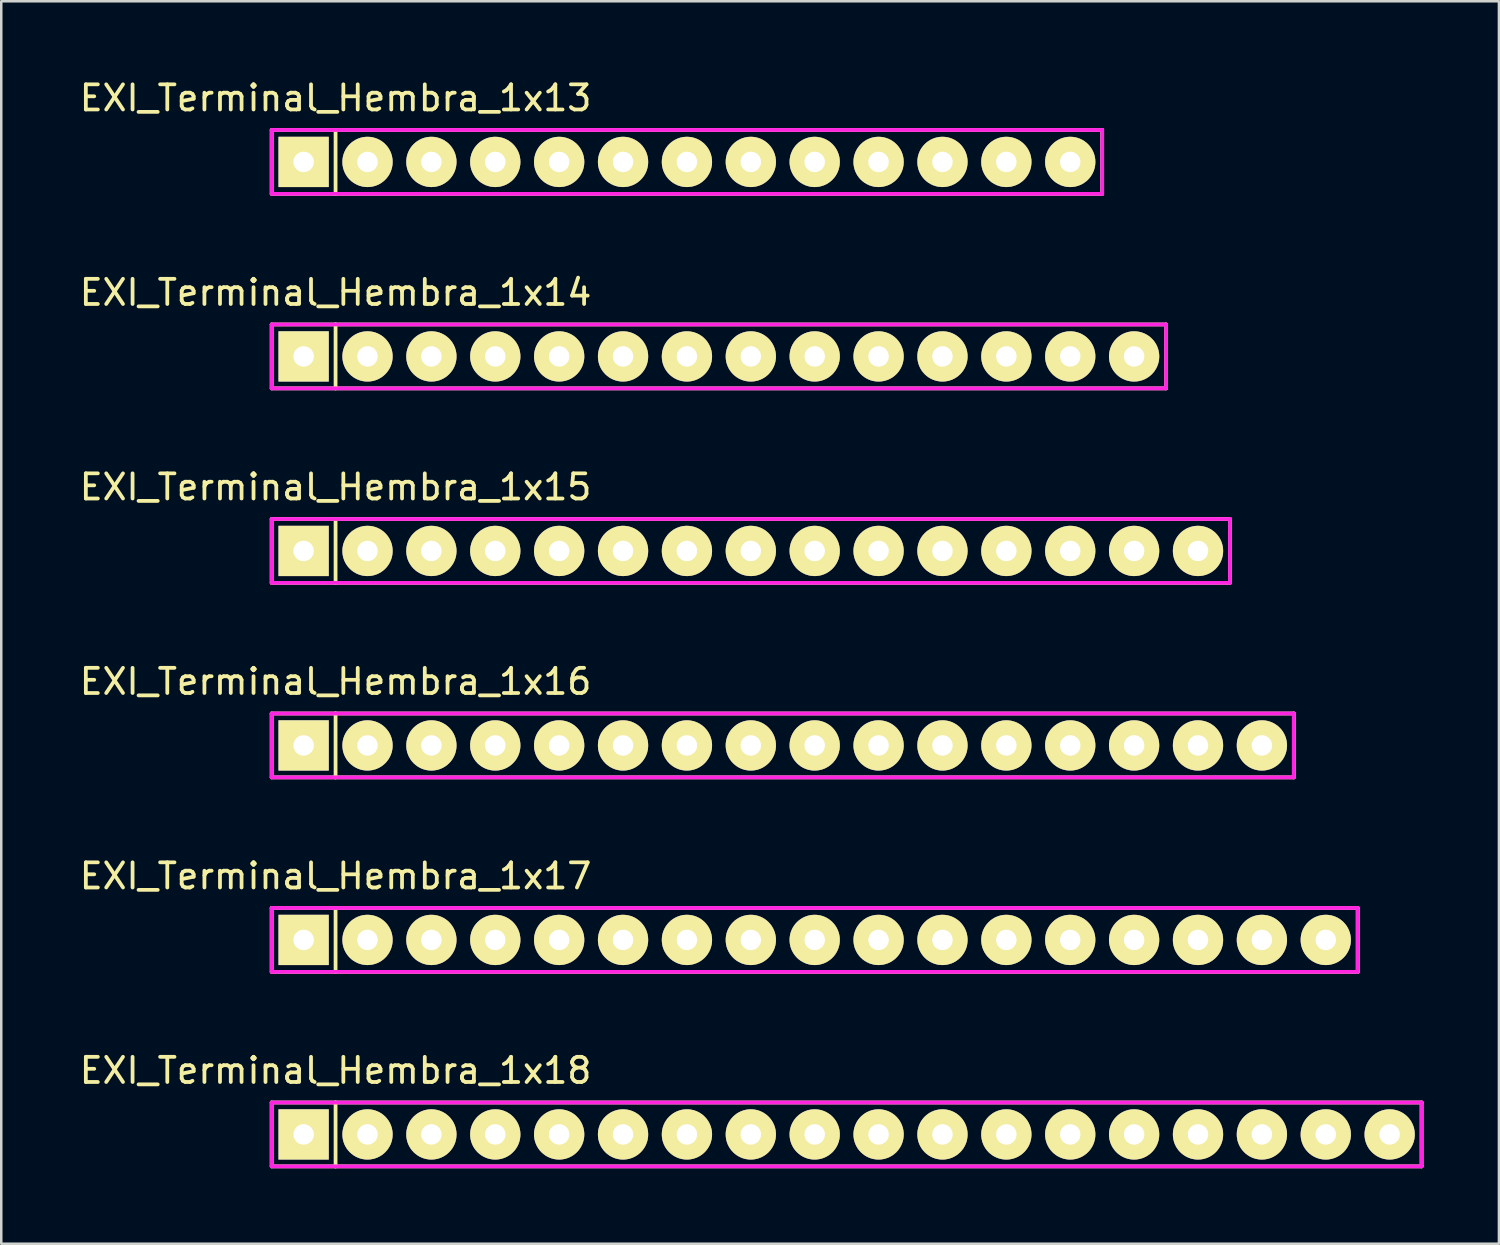
<source format=kicad_pcb>
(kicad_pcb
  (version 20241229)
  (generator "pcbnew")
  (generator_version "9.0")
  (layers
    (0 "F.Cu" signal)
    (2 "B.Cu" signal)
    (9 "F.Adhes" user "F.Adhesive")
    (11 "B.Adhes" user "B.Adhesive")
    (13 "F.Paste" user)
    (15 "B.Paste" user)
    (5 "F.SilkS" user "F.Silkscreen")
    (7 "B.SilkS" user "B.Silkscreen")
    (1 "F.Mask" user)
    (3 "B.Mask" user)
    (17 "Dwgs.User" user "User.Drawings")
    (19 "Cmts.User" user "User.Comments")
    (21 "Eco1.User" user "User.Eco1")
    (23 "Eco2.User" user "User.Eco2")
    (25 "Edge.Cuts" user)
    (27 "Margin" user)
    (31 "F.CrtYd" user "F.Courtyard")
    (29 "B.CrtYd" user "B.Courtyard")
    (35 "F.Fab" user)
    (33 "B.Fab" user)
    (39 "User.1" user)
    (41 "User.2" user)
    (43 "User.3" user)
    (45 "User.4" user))
  (footprint "EXI_Terminal_Hembra_1x18"
    (layer "F.Cu")
    (at 30.612 42.054)
    (property "Reference" "EXI_Terminal_Hembra_1x18" (at -20.32 -2.54 0) (layer "F.SilkS") (effects (font (size 1 1) (thickness 0.15))))
    (attr through_hole)
    (fp_line (start -22.86 -1.27) (end -22.86 1.27) (stroke (width 0.15) (type solid)) (layer "F.SilkS"))
    (fp_line (start -22.86 1.27) (end -20.32 1.27) (stroke (width 0.15) (type solid)) (layer "F.SilkS"))
    (fp_line (start -20.32 -1.27) (end -22.86 -1.27) (stroke (width 0.15) (type solid)) (layer "F.SilkS"))
    (fp_line (start -20.32 1.27) (end -20.32 -1.27) (stroke (width 0.15) (type solid)) (layer "F.SilkS"))
    (fp_line (start -20.32 1.27) (end 22.86 1.27) (stroke (width 0.15) (type solid)) (layer "F.SilkS"))
    (fp_line (start 22.86 -1.27) (end -20.32 -1.27) (stroke (width 0.15) (type solid)) (layer "F.SilkS"))
    (fp_line (start 22.86 -1.27) (end 22.86 1.27) (stroke (width 0.15) (type solid)) (layer "F.SilkS"))
    (fp_line (start -22.86 1.27) (end -22.86 -1.27) (stroke (width 0.15) (type solid)) (layer "F.CrtYd"))
    (fp_line (start -22.86 1.27) (end 22.86 1.27) (stroke (width 0.15) (type solid)) (layer "F.CrtYd"))
    (fp_line (start 22.86 -1.27) (end -22.86 -1.27) (stroke (width 0.15) (type solid)) (layer "F.CrtYd"))
    (fp_line (start 22.86 1.27) (end 22.86 -1.27) (stroke (width 0.15) (type solid)) (layer "F.CrtYd"))
    (pad "1" thru_hole rect (at -21.59 0) (size 1.999 1.999) (drill 0.813) (layers "*.Cu" "*.Mask" "F.SilkS"))
    (pad "2" thru_hole circle (at -19.05 0) (size 1.999 1.999) (drill 0.813) (layers "*.Cu" "*.Mask" "F.SilkS"))
    (pad "3" thru_hole circle (at -16.51 0) (size 1.999 1.999) (drill 0.813) (layers "*.Cu" "*.Mask" "F.SilkS"))
    (pad "4" thru_hole circle (at -13.97 0) (size 1.999 1.999) (drill 0.813) (layers "*.Cu" "*.Mask" "F.SilkS"))
    (pad "5" thru_hole circle (at -11.43 0) (size 1.999 1.999) (drill 0.813) (layers "*.Cu" "*.Mask" "F.SilkS"))
    (pad "6" thru_hole circle (at -8.89 0) (size 1.999 1.999) (drill 0.813) (layers "*.Cu" "*.Mask" "F.SilkS"))
    (pad "7" thru_hole circle (at -6.35 0) (size 1.999 1.999) (drill 0.813) (layers "*.Cu" "*.Mask" "F.SilkS"))
    (pad "8" thru_hole circle (at -3.81 0) (size 1.999 1.999) (drill 0.813) (layers "*.Cu" "*.Mask" "F.SilkS"))
    (pad "9" thru_hole circle (at -1.27 0) (size 1.999 1.999) (drill 0.813) (layers "*.Cu" "*.Mask" "F.SilkS"))
    (pad "10" thru_hole circle (at 1.27 0) (size 1.999 1.999) (drill 0.813) (layers "*.Cu" "*.Mask" "F.SilkS"))
    (pad "11" thru_hole circle (at 3.81 0) (size 1.999 1.999) (drill 0.813) (layers "*.Cu" "*.Mask" "F.SilkS"))
    (pad "12" thru_hole circle (at 6.35 0) (size 1.999 1.999) (drill 0.813) (layers "*.Cu" "*.Mask" "F.SilkS"))
    (pad "13" thru_hole circle (at 8.89 0) (size 1.999 1.999) (drill 0.813) (layers "*.Cu" "*.Mask" "F.SilkS"))
    (pad "14" thru_hole circle (at 11.43 0) (size 1.999 1.999) (drill 0.813) (layers "*.Cu" "*.Mask" "F.SilkS"))
    (pad "15" thru_hole circle (at 13.97 0) (size 1.999 1.999) (drill 0.813) (layers "*.Cu" "*.Mask" "F.SilkS"))
    (pad "16" thru_hole circle (at 16.51 0) (size 1.999 1.999) (drill 0.813) (layers "*.Cu" "*.Mask" "F.SilkS"))
    (pad "17" thru_hole circle (at 19.05 0) (size 1.999 1.999) (drill 0.813) (layers "*.Cu" "*.Mask" "F.SilkS"))
    (pad "18" thru_hole circle (at 21.59 0) (size 1.999 1.999) (drill 0.813) (layers "*.Cu" "*.Mask" "F.SilkS")))
  (footprint "EXI_Terminal_Hembra_1x17"
    (layer "F.Cu")
    (at 29.342 34.321)
    (property "Reference" "EXI_Terminal_Hembra_1x17" (at -19.05 -2.54 0) (layer "F.SilkS") (effects (font (size 1 1) (thickness 0.15))))
    (attr through_hole)
    (fp_line (start -21.59 -1.27) (end -21.59 1.27) (stroke (width 0.15) (type solid)) (layer "F.SilkS"))
    (fp_line (start -21.59 1.27) (end -19.05 1.27) (stroke (width 0.15) (type solid)) (layer "F.SilkS"))
    (fp_line (start -19.05 -1.27) (end -21.59 -1.27) (stroke (width 0.15) (type solid)) (layer "F.SilkS"))
    (fp_line (start -19.05 1.27) (end -19.05 -1.27) (stroke (width 0.15) (type solid)) (layer "F.SilkS"))
    (fp_line (start -19.05 1.27) (end 21.59 1.27) (stroke (width 0.15) (type solid)) (layer "F.SilkS"))
    (fp_line (start 21.59 -1.27) (end -19.05 -1.27) (stroke (width 0.15) (type solid)) (layer "F.SilkS"))
    (fp_line (start 21.59 -1.27) (end 21.59 1.27) (stroke (width 0.15) (type solid)) (layer "F.SilkS"))
    (fp_line (start -21.59 -1.27) (end 21.59 -1.27) (stroke (width 0.15) (type solid)) (layer "F.CrtYd"))
    (fp_line (start -21.59 1.27) (end -21.59 -1.27) (stroke (width 0.15) (type solid)) (layer "F.CrtYd"))
    (fp_line (start -21.59 1.27) (end 21.59 1.27) (stroke (width 0.15) (type solid)) (layer "F.CrtYd"))
    (fp_line (start 21.59 1.27) (end 21.59 -1.27) (stroke (width 0.15) (type solid)) (layer "F.CrtYd"))
    (pad "1" thru_hole rect (at -20.32 0) (size 1.999 1.999) (drill 0.813) (layers "*.Cu" "*.Mask" "F.SilkS"))
    (pad "2" thru_hole circle (at -17.78 0) (size 1.999 1.999) (drill 0.813) (layers "*.Cu" "*.Mask" "F.SilkS"))
    (pad "3" thru_hole circle (at -15.24 0) (size 1.999 1.999) (drill 0.813) (layers "*.Cu" "*.Mask" "F.SilkS"))
    (pad "4" thru_hole circle (at -12.7 0) (size 1.999 1.999) (drill 0.813) (layers "*.Cu" "*.Mask" "F.SilkS"))
    (pad "5" thru_hole circle (at -10.16 0) (size 1.999 1.999) (drill 0.813) (layers "*.Cu" "*.Mask" "F.SilkS"))
    (pad "6" thru_hole circle (at -7.62 0) (size 1.999 1.999) (drill 0.813) (layers "*.Cu" "*.Mask" "F.SilkS"))
    (pad "7" thru_hole circle (at -5.08 0) (size 1.999 1.999) (drill 0.813) (layers "*.Cu" "*.Mask" "F.SilkS"))
    (pad "8" thru_hole circle (at -2.54 0) (size 1.999 1.999) (drill 0.813) (layers "*.Cu" "*.Mask" "F.SilkS"))
    (pad "9" thru_hole circle (at 0 0) (size 1.999 1.999) (drill 0.813) (layers "*.Cu" "*.Mask" "F.SilkS"))
    (pad "10" thru_hole circle (at 2.54 0) (size 1.999 1.999) (drill 0.813) (layers "*.Cu" "*.Mask" "F.SilkS"))
    (pad "11" thru_hole circle (at 5.08 0) (size 1.999 1.999) (drill 0.813) (layers "*.Cu" "*.Mask" "F.SilkS"))
    (pad "12" thru_hole circle (at 7.62 0) (size 1.999 1.999) (drill 0.813) (layers "*.Cu" "*.Mask" "F.SilkS"))
    (pad "13" thru_hole circle (at 10.16 0) (size 1.999 1.999) (drill 0.813) (layers "*.Cu" "*.Mask" "F.SilkS"))
    (pad "14" thru_hole circle (at 12.7 0) (size 1.999 1.999) (drill 0.813) (layers "*.Cu" "*.Mask" "F.SilkS"))
    (pad "15" thru_hole circle (at 15.24 0) (size 1.999 1.999) (drill 0.813) (layers "*.Cu" "*.Mask" "F.SilkS"))
    (pad "16" thru_hole circle (at 17.78 0) (size 1.999 1.999) (drill 0.813) (layers "*.Cu" "*.Mask" "F.SilkS"))
    (pad "17" thru_hole circle (at 20.32 0) (size 1.999 1.999) (drill 0.813) (layers "*.Cu" "*.Mask" "F.SilkS")))
  (footprint "EXI_Terminal_Hembra_1x16"
    (layer "F.Cu")
    (at 28.072 26.588)
    (property "Reference" "EXI_Terminal_Hembra_1x16" (at -17.78 -2.54 0) (layer "F.SilkS") (effects (font (size 1 1) (thickness 0.15))))
    (attr through_hole)
    (fp_line (start -20.32 -1.27) (end -20.32 1.27) (stroke (width 0.15) (type solid)) (layer "F.SilkS"))
    (fp_line (start -20.32 1.27) (end -17.78 1.27) (stroke (width 0.15) (type solid)) (layer "F.SilkS"))
    (fp_line (start -17.78 -1.27) (end -20.32 -1.27) (stroke (width 0.15) (type solid)) (layer "F.SilkS"))
    (fp_line (start -17.78 -1.27) (end 20.32 -1.27) (stroke (width 0.15) (type solid)) (layer "F.SilkS"))
    (fp_line (start -17.78 1.27) (end -17.78 -1.27) (stroke (width 0.15) (type solid)) (layer "F.SilkS"))
    (fp_line (start 20.32 -1.27) (end 20.32 1.27) (stroke (width 0.15) (type solid)) (layer "F.SilkS"))
    (fp_line (start 20.32 1.27) (end -17.78 1.27) (stroke (width 0.15) (type solid)) (layer "F.SilkS"))
    (fp_line (start -20.32 -1.27) (end 20.32 -1.27) (stroke (width 0.15) (type solid)) (layer "F.CrtYd"))
    (fp_line (start -20.32 1.27) (end -20.32 -1.27) (stroke (width 0.15) (type solid)) (layer "F.CrtYd"))
    (fp_line (start -20.32 1.27) (end 20.32 1.27) (stroke (width 0.15) (type solid)) (layer "F.CrtYd"))
    (fp_line (start 20.32 1.27) (end 20.32 -1.27) (stroke (width 0.15) (type solid)) (layer "F.CrtYd"))
    (pad "1" thru_hole rect (at -19.05 0) (size 1.999 1.999) (drill 0.813) (layers "*.Cu" "*.Mask" "F.SilkS"))
    (pad "2" thru_hole circle (at -16.51 0) (size 1.999 1.999) (drill 0.813) (layers "*.Cu" "*.Mask" "F.SilkS"))
    (pad "3" thru_hole circle (at -13.97 0) (size 1.999 1.999) (drill 0.813) (layers "*.Cu" "*.Mask" "F.SilkS"))
    (pad "4" thru_hole circle (at -11.43 0) (size 1.999 1.999) (drill 0.813) (layers "*.Cu" "*.Mask" "F.SilkS"))
    (pad "5" thru_hole circle (at -8.89 0) (size 1.999 1.999) (drill 0.813) (layers "*.Cu" "*.Mask" "F.SilkS"))
    (pad "6" thru_hole circle (at -6.35 0) (size 1.999 1.999) (drill 0.813) (layers "*.Cu" "*.Mask" "F.SilkS"))
    (pad "7" thru_hole circle (at -3.81 0) (size 1.999 1.999) (drill 0.813) (layers "*.Cu" "*.Mask" "F.SilkS"))
    (pad "8" thru_hole circle (at -1.27 0) (size 1.999 1.999) (drill 0.813) (layers "*.Cu" "*.Mask" "F.SilkS"))
    (pad "9" thru_hole circle (at 1.27 0) (size 1.999 1.999) (drill 0.813) (layers "*.Cu" "*.Mask" "F.SilkS"))
    (pad "10" thru_hole circle (at 3.81 0) (size 1.999 1.999) (drill 0.813) (layers "*.Cu" "*.Mask" "F.SilkS"))
    (pad "11" thru_hole circle (at 6.35 0) (size 1.999 1.999) (drill 0.813) (layers "*.Cu" "*.Mask" "F.SilkS"))
    (pad "12" thru_hole circle (at 8.89 0) (size 1.999 1.999) (drill 0.813) (layers "*.Cu" "*.Mask" "F.SilkS"))
    (pad "13" thru_hole circle (at 11.43 0) (size 1.999 1.999) (drill 0.813) (layers "*.Cu" "*.Mask" "F.SilkS"))
    (pad "14" thru_hole circle (at 13.97 0) (size 1.999 1.999) (drill 0.813) (layers "*.Cu" "*.Mask" "F.SilkS"))
    (pad "15" thru_hole circle (at 16.51 0) (size 1.999 1.999) (drill 0.813) (layers "*.Cu" "*.Mask" "F.SilkS"))
    (pad "16" thru_hole circle (at 19.05 0) (size 1.999 1.999) (drill 0.813) (layers "*.Cu" "*.Mask" "F.SilkS")))
  (footprint "EXI_Terminal_Hembra_1x14"
    (layer "F.Cu")
    (at 25.532 11.121)
    (property "Reference" "EXI_Terminal_Hembra_1x14" (at -15.24 -2.54 0) (layer "F.SilkS") (effects (font (size 1 1) (thickness 0.15))))
    (attr through_hole)
    (fp_line (start -17.78 -1.27) (end -17.78 1.27) (stroke (width 0.15) (type solid)) (layer "F.SilkS"))
    (fp_line (start -17.78 1.27) (end -15.24 1.27) (stroke (width 0.15) (type solid)) (layer "F.SilkS"))
    (fp_line (start -15.24 -1.27) (end -17.78 -1.27) (stroke (width 0.15) (type solid)) (layer "F.SilkS"))
    (fp_line (start -15.24 -1.27) (end 17.78 -1.27) (stroke (width 0.15) (type solid)) (layer "F.SilkS"))
    (fp_line (start -15.24 1.27) (end -15.24 -1.27) (stroke (width 0.15) (type solid)) (layer "F.SilkS"))
    (fp_line (start -15.24 1.27) (end 17.78 1.27) (stroke (width 0.15) (type solid)) (layer "F.SilkS"))
    (fp_line (start 17.78 -1.27) (end 17.78 1.27) (stroke (width 0.15) (type solid)) (layer "F.SilkS"))
    (fp_line (start -17.78 1.27) (end -17.78 -1.27) (stroke (width 0.15) (type solid)) (layer "F.CrtYd"))
    (fp_line (start -17.78 1.27) (end 17.78 1.27) (stroke (width 0.15) (type solid)) (layer "F.CrtYd"))
    (fp_line (start 17.78 -1.27) (end -17.78 -1.27) (stroke (width 0.15) (type solid)) (layer "F.CrtYd"))
    (fp_line (start 17.78 1.27) (end 17.78 -1.27) (stroke (width 0.15) (type solid)) (layer "F.CrtYd"))
    (pad "1" thru_hole rect (at -16.51 0) (size 1.999 1.999) (drill 0.813) (layers "*.Cu" "*.Mask" "F.SilkS"))
    (pad "2" thru_hole circle (at -13.97 0) (size 1.999 1.999) (drill 0.813) (layers "*.Cu" "*.Mask" "F.SilkS"))
    (pad "3" thru_hole circle (at -11.43 0) (size 1.999 1.999) (drill 0.813) (layers "*.Cu" "*.Mask" "F.SilkS"))
    (pad "4" thru_hole circle (at -8.89 0) (size 1.999 1.999) (drill 0.813) (layers "*.Cu" "*.Mask" "F.SilkS"))
    (pad "5" thru_hole circle (at -6.35 0) (size 1.999 1.999) (drill 0.813) (layers "*.Cu" "*.Mask" "F.SilkS"))
    (pad "6" thru_hole circle (at -3.81 0) (size 1.999 1.999) (drill 0.813) (layers "*.Cu" "*.Mask" "F.SilkS"))
    (pad "7" thru_hole circle (at -1.27 0) (size 1.999 1.999) (drill 0.813) (layers "*.Cu" "*.Mask" "F.SilkS"))
    (pad "8" thru_hole circle (at 1.27 0) (size 1.999 1.999) (drill 0.813) (layers "*.Cu" "*.Mask" "F.SilkS"))
    (pad "9" thru_hole circle (at 3.81 0) (size 1.999 1.999) (drill 0.813) (layers "*.Cu" "*.Mask" "F.SilkS"))
    (pad "10" thru_hole circle (at 6.35 0) (size 1.999 1.999) (drill 0.813) (layers "*.Cu" "*.Mask" "F.SilkS"))
    (pad "11" thru_hole circle (at 8.89 0) (size 1.999 1.999) (drill 0.813) (layers "*.Cu" "*.Mask" "F.SilkS"))
    (pad "12" thru_hole circle (at 11.43 0) (size 1.999 1.999) (drill 0.813) (layers "*.Cu" "*.Mask" "F.SilkS"))
    (pad "13" thru_hole circle (at 13.97 0) (size 1.999 1.999) (drill 0.813) (layers "*.Cu" "*.Mask" "F.SilkS"))
    (pad "14" thru_hole circle (at 16.51 0) (size 1.999 1.999) (drill 0.813) (layers "*.Cu" "*.Mask" "F.SilkS")))
  (footprint "EXI_Terminal_Hembra_1x13"
    (layer "F.Cu")
    (at 24.262 3.388)
    (property "Reference" "EXI_Terminal_Hembra_1x13" (at -13.97 -2.54 0) (layer "F.SilkS") (effects (font (size 1 1) (thickness 0.15))))
    (attr through_hole)
    (fp_line (start -16.51 -1.27) (end -16.51 1.27) (stroke (width 0.15) (type solid)) (layer "F.SilkS"))
    (fp_line (start -16.51 1.27) (end -13.97 1.27) (stroke (width 0.15) (type solid)) (layer "F.SilkS"))
    (fp_line (start -13.97 -1.27) (end -16.51 -1.27) (stroke (width 0.15) (type solid)) (layer "F.SilkS"))
    (fp_line (start -13.97 -1.27) (end 16.51 -1.27) (stroke (width 0.15) (type solid)) (layer "F.SilkS"))
    (fp_line (start -13.97 1.27) (end -13.97 -1.27) (stroke (width 0.15) (type solid)) (layer "F.SilkS"))
    (fp_line (start -13.97 1.27) (end 16.51 1.27) (stroke (width 0.15) (type solid)) (layer "F.SilkS"))
    (fp_line (start 16.51 -1.27) (end 16.51 1.27) (stroke (width 0.15) (type solid)) (layer "F.SilkS"))
    (fp_line (start -16.51 1.27) (end -16.51 -1.27) (stroke (width 0.15) (type solid)) (layer "F.CrtYd"))
    (fp_line (start -16.51 1.27) (end 16.51 1.27) (stroke (width 0.15) (type solid)) (layer "F.CrtYd"))
    (fp_line (start 16.51 -1.27) (end -16.51 -1.27) (stroke (width 0.15) (type solid)) (layer "F.CrtYd"))
    (fp_line (start 16.51 1.27) (end 16.51 -1.27) (stroke (width 0.15) (type solid)) (layer "F.CrtYd"))
    (pad "1" thru_hole rect (at -15.24 0) (size 1.999 1.999) (drill 0.813) (layers "*.Cu" "*.Mask" "F.SilkS"))
    (pad "2" thru_hole circle (at -12.7 0) (size 1.999 1.999) (drill 0.813) (layers "*.Cu" "*.Mask" "F.SilkS"))
    (pad "3" thru_hole circle (at -10.16 0) (size 1.999 1.999) (drill 0.813) (layers "*.Cu" "*.Mask" "F.SilkS"))
    (pad "4" thru_hole circle (at -7.62 0) (size 1.999 1.999) (drill 0.813) (layers "*.Cu" "*.Mask" "F.SilkS"))
    (pad "5" thru_hole circle (at -5.08 0) (size 1.999 1.999) (drill 0.813) (layers "*.Cu" "*.Mask" "F.SilkS"))
    (pad "6" thru_hole circle (at -2.54 0) (size 1.999 1.999) (drill 0.813) (layers "*.Cu" "*.Mask" "F.SilkS"))
    (pad "7" thru_hole circle (at 0 0) (size 1.999 1.999) (drill 0.813) (layers "*.Cu" "*.Mask" "F.SilkS"))
    (pad "8" thru_hole circle (at 2.54 0) (size 1.999 1.999) (drill 0.813) (layers "*.Cu" "*.Mask" "F.SilkS"))
    (pad "9" thru_hole circle (at 5.08 0) (size 1.999 1.999) (drill 0.813) (layers "*.Cu" "*.Mask" "F.SilkS"))
    (pad "10" thru_hole circle (at 7.62 0) (size 1.999 1.999) (drill 0.813) (layers "*.Cu" "*.Mask" "F.SilkS"))
    (pad "11" thru_hole circle (at 10.16 0) (size 1.999 1.999) (drill 0.813) (layers "*.Cu" "*.Mask" "F.SilkS"))
    (pad "12" thru_hole circle (at 12.7 0) (size 1.999 1.999) (drill 0.813) (layers "*.Cu" "*.Mask" "F.SilkS"))
    (pad "13" thru_hole circle (at 15.24 0) (size 1.999 1.999) (drill 0.813) (layers "*.Cu" "*.Mask" "F.SilkS")))
  (footprint "EXI_Terminal_Hembra_1x15"
    (layer "F.Cu")
    (at 26.802 18.855)
    (property "Reference" "EXI_Terminal_Hembra_1x15" (at -16.51 -2.54 0) (layer "F.SilkS") (effects (font (size 1 1) (thickness 0.15))))
    (attr through_hole)
    (fp_line (start -19.05 -1.27) (end -19.05 1.27) (stroke (width 0.15) (type solid)) (layer "F.SilkS"))
    (fp_line (start -19.05 1.27) (end -16.51 1.27) (stroke (width 0.15) (type solid)) (layer "F.SilkS"))
    (fp_line (start -16.51 -1.27) (end -19.05 -1.27) (stroke (width 0.15) (type solid)) (layer "F.SilkS"))
    (fp_line (start -16.51 -1.27) (end 19.05 -1.27) (stroke (width 0.15) (type solid)) (layer "F.SilkS"))
    (fp_line (start -16.51 1.27) (end -16.51 -1.27) (stroke (width 0.15) (type solid)) (layer "F.SilkS"))
    (fp_line (start -16.51 1.27) (end 19.05 1.27) (stroke (width 0.15) (type solid)) (layer "F.SilkS"))
    (fp_line (start 19.05 -1.27) (end 19.05 1.27) (stroke (width 0.15) (type solid)) (layer "F.SilkS"))
    (fp_line (start -19.05 1.27) (end -19.05 -1.27) (stroke (width 0.15) (type solid)) (layer "F.CrtYd"))
    (fp_line (start -19.05 1.27) (end 19.05 1.27) (stroke (width 0.15) (type solid)) (layer "F.CrtYd"))
    (fp_line (start 19.05 -1.27) (end -19.05 -1.27) (stroke (width 0.15) (type solid)) (layer "F.CrtYd"))
    (fp_line (start 19.05 1.27) (end 19.05 -1.27) (stroke (width 0.15) (type solid)) (layer "F.CrtYd"))
    (pad "1" thru_hole rect (at -17.78 0) (size 1.999 1.999) (drill 0.813) (layers "*.Cu" "*.Mask" "F.SilkS"))
    (pad "2" thru_hole circle (at -15.24 0) (size 1.999 1.999) (drill 0.813) (layers "*.Cu" "*.Mask" "F.SilkS"))
    (pad "3" thru_hole circle (at -12.7 0) (size 1.999 1.999) (drill 0.813) (layers "*.Cu" "*.Mask" "F.SilkS"))
    (pad "4" thru_hole circle (at -10.16 0) (size 1.999 1.999) (drill 0.813) (layers "*.Cu" "*.Mask" "F.SilkS"))
    (pad "5" thru_hole circle (at -7.62 0) (size 1.999 1.999) (drill 0.813) (layers "*.Cu" "*.Mask" "F.SilkS"))
    (pad "6" thru_hole circle (at -5.08 0) (size 1.999 1.999) (drill 0.813) (layers "*.Cu" "*.Mask" "F.SilkS"))
    (pad "7" thru_hole circle (at -2.54 0) (size 1.999 1.999) (drill 0.813) (layers "*.Cu" "*.Mask" "F.SilkS"))
    (pad "8" thru_hole circle (at 0 0) (size 1.999 1.999) (drill 0.813) (layers "*.Cu" "*.Mask" "F.SilkS"))
    (pad "9" thru_hole circle (at 2.54 0) (size 1.999 1.999) (drill 0.813) (layers "*.Cu" "*.Mask" "F.SilkS"))
    (pad "10" thru_hole circle (at 5.08 0) (size 1.999 1.999) (drill 0.813) (layers "*.Cu" "*.Mask" "F.SilkS"))
    (pad "11" thru_hole circle (at 7.62 0) (size 1.999 1.999) (drill 0.813) (layers "*.Cu" "*.Mask" "F.SilkS"))
    (pad "12" thru_hole circle (at 10.16 0) (size 1.999 1.999) (drill 0.813) (layers "*.Cu" "*.Mask" "F.SilkS"))
    (pad "13" thru_hole circle (at 12.7 0) (size 1.999 1.999) (drill 0.813) (layers "*.Cu" "*.Mask" "F.SilkS"))
    (pad "14" thru_hole circle (at 15.24 0) (size 1.999 1.999) (drill 0.813) (layers "*.Cu" "*.Mask" "F.SilkS"))
    (pad "15" thru_hole circle (at 17.78 0) (size 1.999 1.999) (drill 0.813) (layers "*.Cu" "*.Mask" "F.SilkS")))
  (gr_rect
    (start -3 -3)
    (end 56.547 46.4)
    (stroke (width 0.1) (type default))
    (fill no)
    (layer "Edge.Cuts")))
</source>
